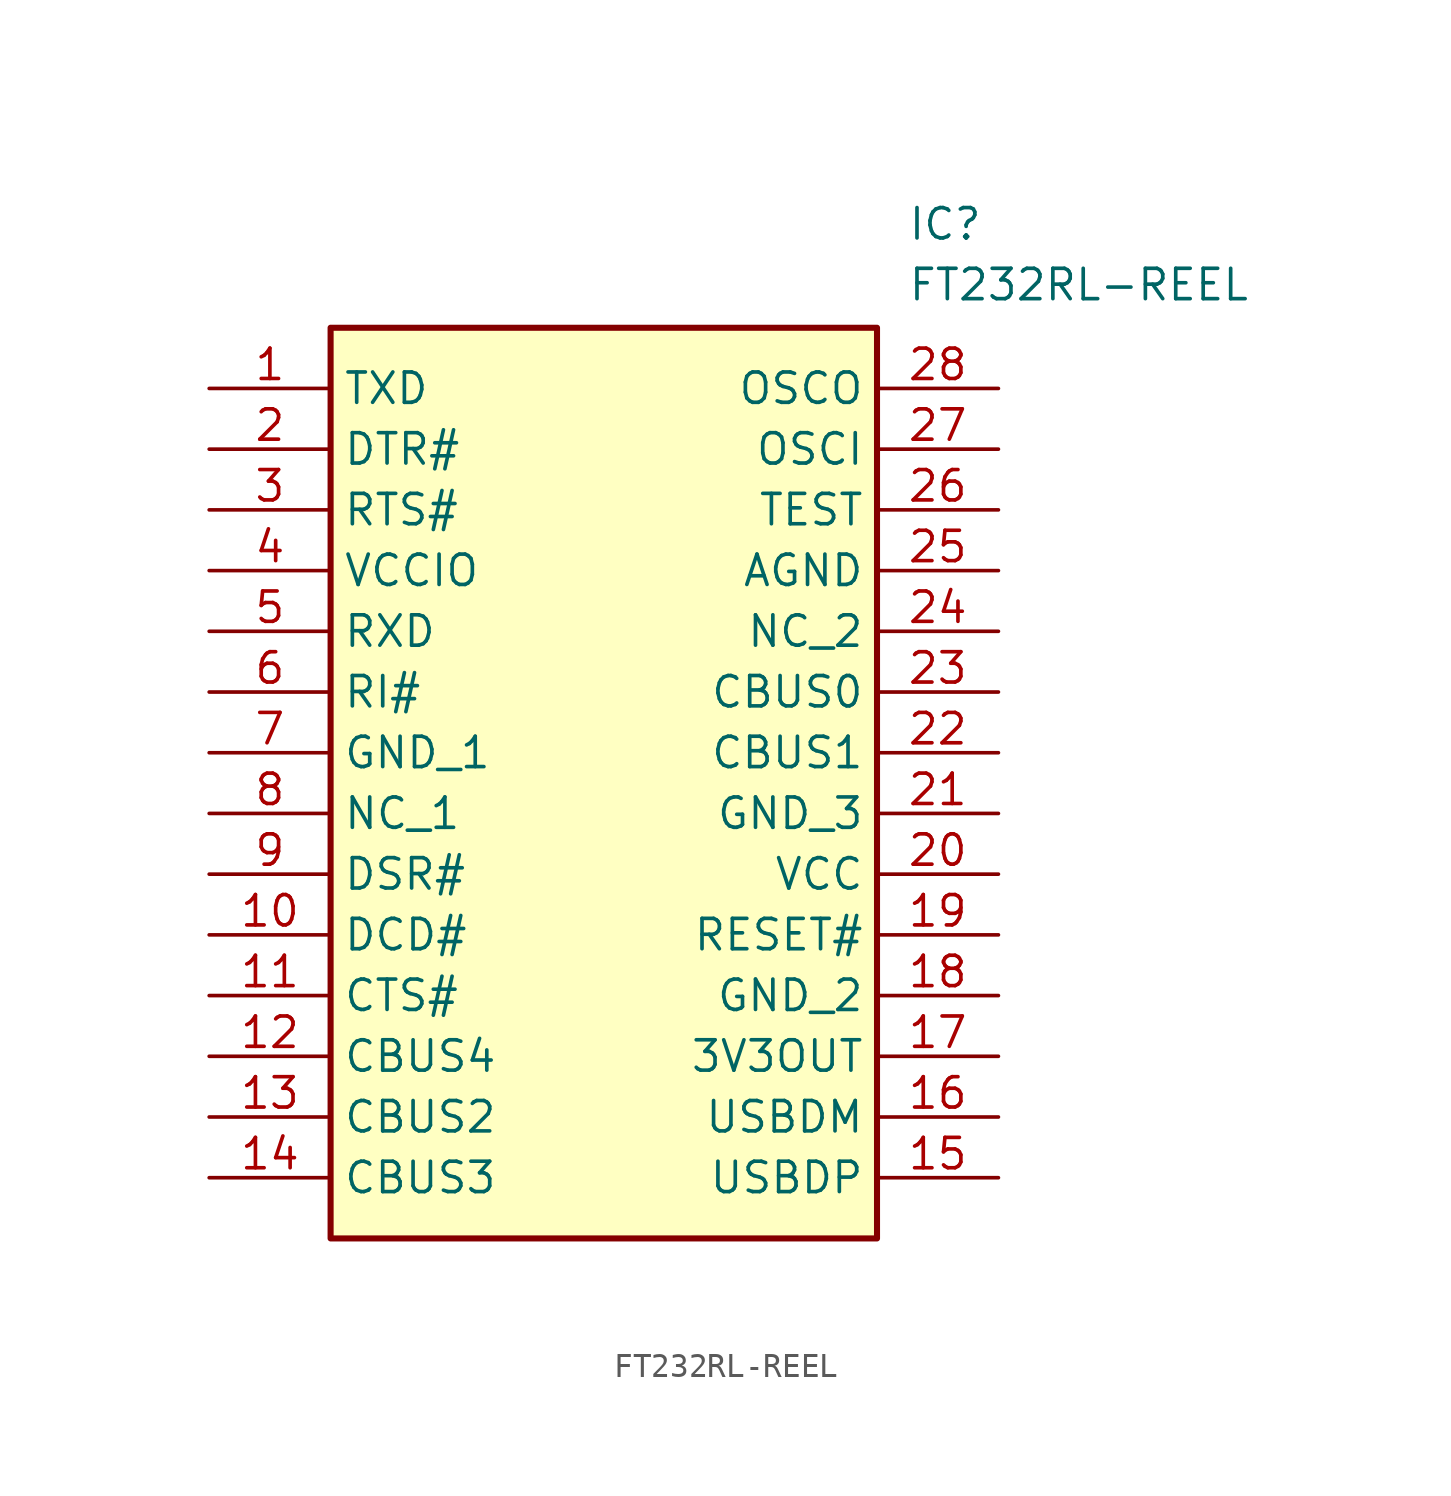
<source format=kicad_sym>
(kicad_symbol_lib
  (version 20241209)
  (generator "kicad_symbol_editor")
  (generator_version "9.0")
  (symbol "FT232RL-REEL"
    (property "Reference" "IC"
      (at 29.21 7.62 0)
      (effects (font (size 1.27 1.27)) (justify left top)))
    (property "Value" "FT232RL-REEL"
      (at 29.21 5.08 0)
      (effects (font (size 1.27 1.27)) (justify left top)))
    (symbol "FT232RL-REEL_1_1"
      (rectangle (start 5.08 2.54) (end 27.94 -35.56) (stroke (width 0.254) (type default)) (fill (type background)))
      (pin passive line (at 0 0 0) (length 5.08) (name "TXD" (effects (font (size 1.27 1.27)))) (number "1" (effects (font (size 1.27 1.27)))))
      (pin passive line (at 0 -2.54 0) (length 5.08) (name "DTR#" (effects (font (size 1.27 1.27)))) (number "2" (effects (font (size 1.27 1.27)))))
      (pin passive line (at 0 -5.08 0) (length 5.08) (name "RTS#" (effects (font (size 1.27 1.27)))) (number "3" (effects (font (size 1.27 1.27)))))
      (pin passive line (at 0 -7.62 0) (length 5.08) (name "VCCIO" (effects (font (size 1.27 1.27)))) (number "4" (effects (font (size 1.27 1.27)))))
      (pin passive line (at 0 -10.16 0) (length 5.08) (name "RXD" (effects (font (size 1.27 1.27)))) (number "5" (effects (font (size 1.27 1.27)))))
      (pin passive line (at 0 -12.7 0) (length 5.08) (name "RI#" (effects (font (size 1.27 1.27)))) (number "6" (effects (font (size 1.27 1.27)))))
      (pin passive line (at 0 -15.24 0) (length 5.08) (name "GND_1" (effects (font (size 1.27 1.27)))) (number "7" (effects (font (size 1.27 1.27)))))
      (pin passive line (at 0 -17.78 0) (length 5.08) (name "NC_1" (effects (font (size 1.27 1.27)))) (number "8" (effects (font (size 1.27 1.27)))))
      (pin passive line (at 0 -20.32 0) (length 5.08) (name "DSR#" (effects (font (size 1.27 1.27)))) (number "9" (effects (font (size 1.27 1.27)))))
      (pin passive line (at 0 -22.86 0) (length 5.08) (name "DCD#" (effects (font (size 1.27 1.27)))) (number "10" (effects (font (size 1.27 1.27)))))
      (pin passive line (at 0 -25.4 0) (length 5.08) (name "CTS#" (effects (font (size 1.27 1.27)))) (number "11" (effects (font (size 1.27 1.27)))))
      (pin passive line (at 0 -27.94 0) (length 5.08) (name "CBUS4" (effects (font (size 1.27 1.27)))) (number "12" (effects (font (size 1.27 1.27)))))
      (pin passive line (at 0 -30.48 0) (length 5.08) (name "CBUS2" (effects (font (size 1.27 1.27)))) (number "13" (effects (font (size 1.27 1.27)))))
      (pin passive line (at 0 -33.02 0) (length 5.08) (name "CBUS3" (effects (font (size 1.27 1.27)))) (number "14" (effects (font (size 1.27 1.27)))))
      (pin passive line (at 33.02 0 180) (length 5.08) (name "OSCO" (effects (font (size 1.27 1.27)))) (number "28" (effects (font (size 1.27 1.27)))))
      (pin passive line (at 33.02 -2.54 180) (length 5.08) (name "OSCI" (effects (font (size 1.27 1.27)))) (number "27" (effects (font (size 1.27 1.27)))))
      (pin passive line (at 33.02 -5.08 180) (length 5.08) (name "TEST" (effects (font (size 1.27 1.27)))) (number "26" (effects (font (size 1.27 1.27)))))
      (pin passive line (at 33.02 -7.62 180) (length 5.08) (name "AGND" (effects (font (size 1.27 1.27)))) (number "25" (effects (font (size 1.27 1.27)))))
      (pin passive line (at 33.02 -10.16 180) (length 5.08) (name "NC_2" (effects (font (size 1.27 1.27)))) (number "24" (effects (font (size 1.27 1.27)))))
      (pin passive line (at 33.02 -12.7 180) (length 5.08) (name "CBUS0" (effects (font (size 1.27 1.27)))) (number "23" (effects (font (size 1.27 1.27)))))
      (pin passive line (at 33.02 -15.24 180) (length 5.08) (name "CBUS1" (effects (font (size 1.27 1.27)))) (number "22" (effects (font (size 1.27 1.27)))))
      (pin passive line (at 33.02 -17.78 180) (length 5.08) (name "GND_3" (effects (font (size 1.27 1.27)))) (number "21" (effects (font (size 1.27 1.27)))))
      (pin passive line (at 33.02 -20.32 180) (length 5.08) (name "VCC" (effects (font (size 1.27 1.27)))) (number "20" (effects (font (size 1.27 1.27)))))
      (pin passive line (at 33.02 -22.86 180) (length 5.08) (name "RESET#" (effects (font (size 1.27 1.27)))) (number "19" (effects (font (size 1.27 1.27)))))
      (pin passive line (at 33.02 -25.4 180) (length 5.08) (name "GND_2" (effects (font (size 1.27 1.27)))) (number "18" (effects (font (size 1.27 1.27)))))
      (pin passive line (at 33.02 -27.94 180) (length 5.08) (name "3V3OUT" (effects (font (size 1.27 1.27)))) (number "17" (effects (font (size 1.27 1.27)))))
      (pin passive line (at 33.02 -30.48 180) (length 5.08) (name "USBDM" (effects (font (size 1.27 1.27)))) (number "16" (effects (font (size 1.27 1.27)))))
      (pin passive line (at 33.02 -33.02 180) (length 5.08) (name "USBDP" (effects (font (size 1.27 1.27)))) (number "15" (effects (font (size 1.27 1.27))))))))
</source>
